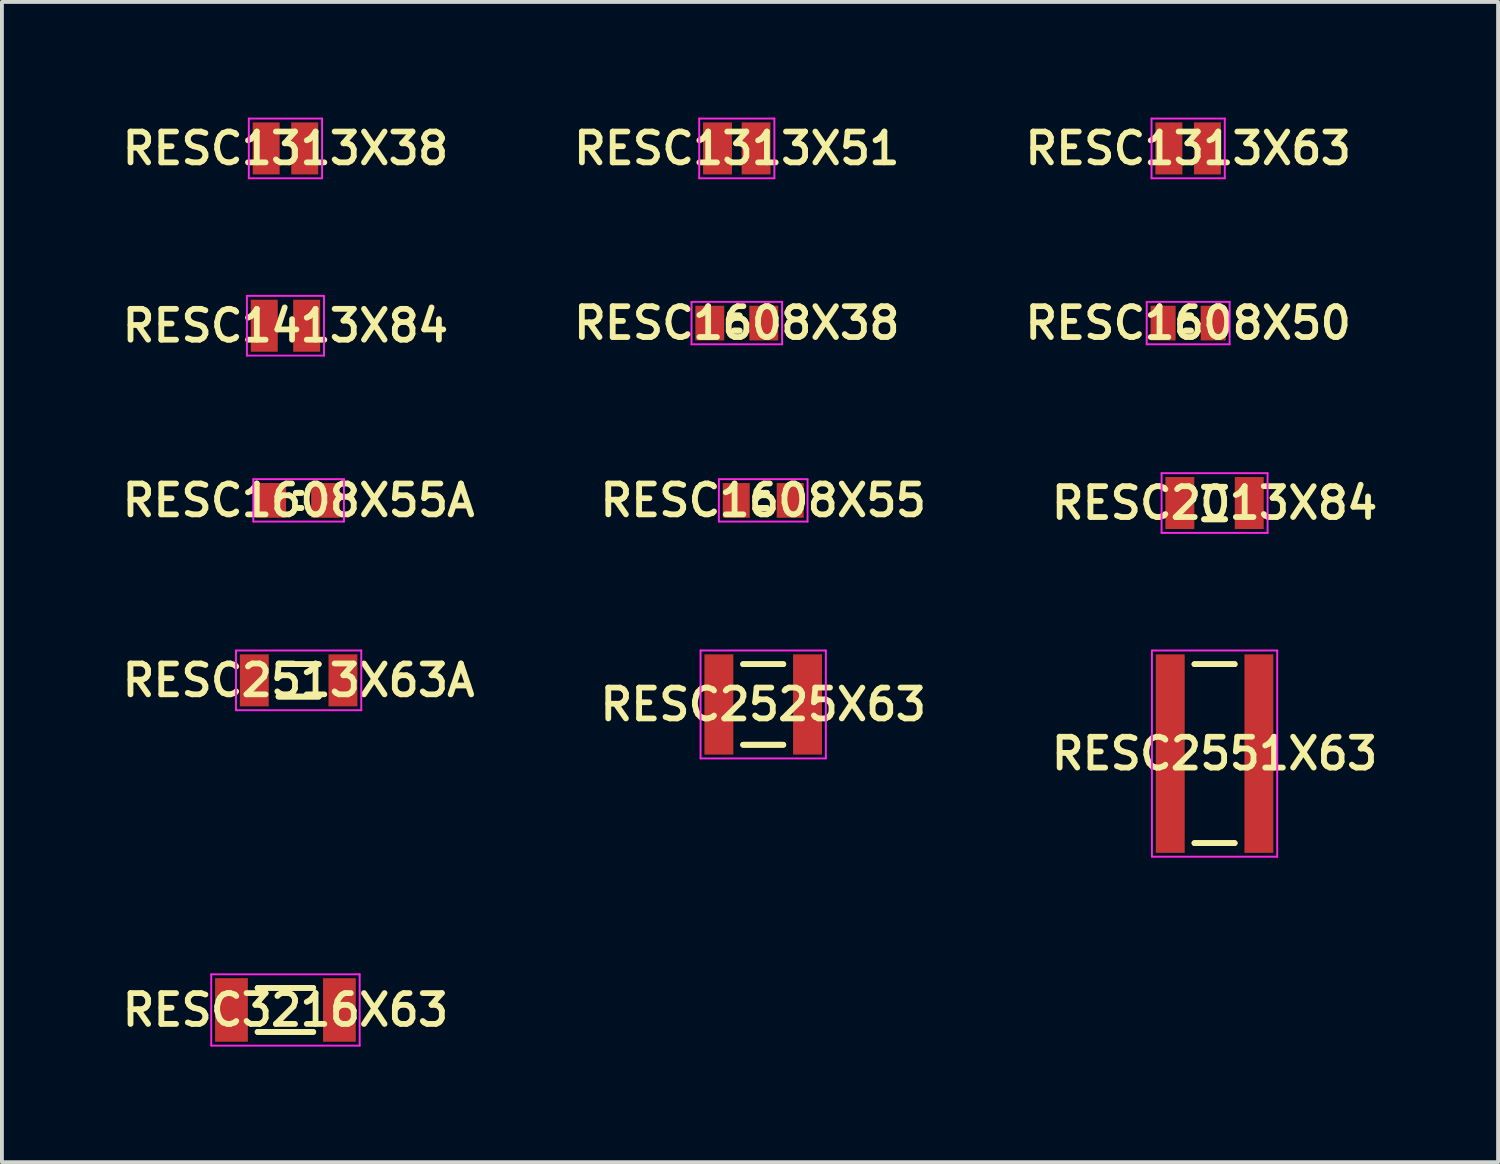
<source format=kicad_pcb>
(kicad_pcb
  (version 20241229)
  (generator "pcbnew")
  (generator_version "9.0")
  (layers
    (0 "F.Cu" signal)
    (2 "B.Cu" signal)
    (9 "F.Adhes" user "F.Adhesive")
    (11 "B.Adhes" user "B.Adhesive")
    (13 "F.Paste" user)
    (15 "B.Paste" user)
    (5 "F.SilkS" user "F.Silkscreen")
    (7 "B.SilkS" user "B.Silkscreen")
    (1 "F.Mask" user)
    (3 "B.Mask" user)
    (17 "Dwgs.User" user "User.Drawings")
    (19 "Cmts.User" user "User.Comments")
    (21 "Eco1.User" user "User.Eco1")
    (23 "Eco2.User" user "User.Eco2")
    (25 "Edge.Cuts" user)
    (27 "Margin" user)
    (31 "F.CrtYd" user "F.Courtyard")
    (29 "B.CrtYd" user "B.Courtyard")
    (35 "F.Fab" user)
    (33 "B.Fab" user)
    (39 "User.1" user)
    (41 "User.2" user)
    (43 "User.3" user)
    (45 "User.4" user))
  (footprint "RESC2013X84"
    (layer "F.Cu")
    (at 28.458 10)
    (property "Reference" "RESC2013X84" (at 0 0 0) (layer "F.SilkS") (effects (font (size 0.8 0.8) (thickness 0.15))))
    (attr smd)
    (fp_line (start -0.271 -0.421) (end 0.271 -0.421) (stroke (width 0.15) (type solid)) (layer "F.SilkS"))
    (fp_line (start -0.271 0.421) (end 0.271 0.421) (stroke (width 0.15) (type solid)) (layer "F.SilkS"))
    (fp_line (start 0.271 -0.421) (end -0.271 -0.421) (stroke (width 0.15) (type solid)) (layer "F.SilkS"))
    (fp_line (start 0.271 0.421) (end -0.271 0.421) (stroke (width 0.15) (type solid)) (layer "F.SilkS"))
    (fp_line (start -1.375 -0.775) (end 1.375 -0.775) (stroke (width 0.05) (type solid)) (layer "F.CrtYd"))
    (fp_line (start -1.375 0.775) (end -1.375 -0.775) (stroke (width 0.05) (type solid)) (layer "F.CrtYd"))
    (fp_line (start 1.375 -0.775) (end 1.375 0.775) (stroke (width 0.05) (type solid)) (layer "F.CrtYd"))
    (fp_line (start 1.375 0.775) (end -1.375 0.775) (stroke (width 0.05) (type solid)) (layer "F.CrtYd"))
    (pad "1" smd rect (at -0.9 0) (size 0.75 1.35) (layers "F.Cu" "F.Mask" "F.Paste"))
    (pad "2" smd rect (at 0.9 0) (size 0.75 1.35) (layers "F.Cu" "F.Mask" "F.Paste")))
  (footprint "RESC2513X63A"
    (layer "F.Cu")
    (at 4.697 14.6)
    (property "Reference" "RESC2513X63A" (at 0 0 0) (layer "F.SilkS") (effects (font (size 0.8 0.8) (thickness 0.15))))
    (attr smd)
    (fp_line (start -0.521 -0.421) (end 0.521 -0.421) (stroke (width 0.15) (type solid)) (layer "F.SilkS"))
    (fp_line (start -0.521 0.421) (end 0.521 0.421) (stroke (width 0.15) (type solid)) (layer "F.SilkS"))
    (fp_line (start 0.521 -0.421) (end -0.521 -0.421) (stroke (width 0.15) (type solid)) (layer "F.SilkS"))
    (fp_line (start 0.521 0.421) (end -0.521 0.421) (stroke (width 0.15) (type solid)) (layer "F.SilkS"))
    (fp_line (start -1.625 -0.775) (end 1.625 -0.775) (stroke (width 0.05) (type solid)) (layer "F.CrtYd"))
    (fp_line (start -1.625 0.775) (end -1.625 -0.775) (stroke (width 0.05) (type solid)) (layer "F.CrtYd"))
    (fp_line (start 1.625 -0.775) (end 1.625 0.775) (stroke (width 0.05) (type solid)) (layer "F.CrtYd"))
    (fp_line (start 1.625 0.775) (end -1.625 0.775) (stroke (width 0.05) (type solid)) (layer "F.CrtYd"))
    (pad "1" smd rect (at -1.15 0) (size 0.75 1.35) (layers "F.Cu" "F.Mask" "F.Paste"))
    (pad "2" smd rect (at 1.15 0) (size 0.75 1.35) (layers "F.Cu" "F.Mask" "F.Paste")))
  (footprint "RESC1608X55"
    (layer "F.Cu")
    (at 16.749 9.931)
    (property "Reference" "RESC1608X55" (at 0 0 0) (layer "F.SilkS") (effects (font (size 0.8 0.8) (thickness 0.15))))
    (attr smd)
    (fp_line (start -0.096 -0.196) (end 0.096 -0.196) (stroke (width 0.15) (type solid)) (layer "F.SilkS"))
    (fp_line (start -0.096 0.196) (end 0.096 0.196) (stroke (width 0.15) (type solid)) (layer "F.SilkS"))
    (fp_line (start 0.096 -0.196) (end -0.096 -0.196) (stroke (width 0.15) (type solid)) (layer "F.SilkS"))
    (fp_line (start 0.096 0.196) (end -0.096 0.196) (stroke (width 0.15) (type solid)) (layer "F.SilkS"))
    (fp_line (start -1.15 -0.55) (end 1.15 -0.55) (stroke (width 0.05) (type solid)) (layer "F.CrtYd"))
    (fp_line (start -1.15 0.55) (end -1.15 -0.55) (stroke (width 0.05) (type solid)) (layer "F.CrtYd"))
    (fp_line (start 1.15 -0.55) (end 1.15 0.55) (stroke (width 0.05) (type solid)) (layer "F.CrtYd"))
    (fp_line (start 1.15 0.55) (end -1.15 0.55) (stroke (width 0.05) (type solid)) (layer "F.CrtYd"))
    (pad "1" smd rect (at -0.7 0) (size 0.7 0.9) (layers "F.Cu" "F.Mask" "F.Paste"))
    (pad "2" smd rect (at 0.7 0) (size 0.7 0.9) (layers "F.Cu" "F.Mask" "F.Paste")))
  (footprint "RESC1608X55A"
    (layer "F.Cu")
    (at 4.697 9.931)
    (property "Reference" "RESC1608X55A" (at 0 0 0) (layer "F.SilkS") (effects (font (size 0.8 0.8) (thickness 0.15))))
    (attr smd)
    (fp_line (start -0.071 -0.196) (end 0.071 -0.196) (stroke (width 0.15) (type solid)) (layer "F.SilkS"))
    (fp_line (start -0.071 0.196) (end 0.071 0.196) (stroke (width 0.15) (type solid)) (layer "F.SilkS"))
    (fp_line (start 0.071 -0.196) (end -0.071 -0.196) (stroke (width 0.15) (type solid)) (layer "F.SilkS"))
    (fp_line (start 0.071 0.196) (end -0.071 0.196) (stroke (width 0.15) (type solid)) (layer "F.SilkS"))
    (fp_line (start -1.175 -0.55) (end 1.175 -0.55) (stroke (width 0.05) (type solid)) (layer "F.CrtYd"))
    (fp_line (start -1.175 0.55) (end -1.175 -0.55) (stroke (width 0.05) (type solid)) (layer "F.CrtYd"))
    (fp_line (start 1.175 -0.55) (end 1.175 0.55) (stroke (width 0.05) (type solid)) (layer "F.CrtYd"))
    (fp_line (start 1.175 0.55) (end -1.175 0.55) (stroke (width 0.05) (type solid)) (layer "F.CrtYd"))
    (pad "1" smd rect (at -0.7 0) (size 0.75 0.9) (layers "F.Cu" "F.Mask" "F.Paste"))
    (pad "2" smd rect (at 0.7 0) (size 0.75 0.9) (layers "F.Cu" "F.Mask" "F.Paste")))
  (footprint "RESC1313X51"
    (layer "F.Cu")
    (at 16.064 0.8)
    (property "Reference" "RESC1313X51" (at 0 0 0) (layer "F.SilkS") (effects (font (size 0.8 0.8) (thickness 0.15))))
    (attr smd)
    (fp_line (start -0.975 -0.775) (end 0.975 -0.775) (stroke (width 0.05) (type solid)) (layer "F.CrtYd"))
    (fp_line (start -0.975 0.775) (end -0.975 -0.775) (stroke (width 0.05) (type solid)) (layer "F.CrtYd"))
    (fp_line (start 0.975 -0.775) (end 0.975 0.775) (stroke (width 0.05) (type solid)) (layer "F.CrtYd"))
    (fp_line (start 0.975 0.775) (end -0.975 0.775) (stroke (width 0.05) (type solid)) (layer "F.CrtYd"))
    (pad "1" smd rect (at -0.5 0) (size 0.75 1.35) (layers "F.Cu" "F.Mask" "F.Paste"))
    (pad "2" smd rect (at 0.5 0) (size 0.75 1.35) (layers "F.Cu" "F.Mask" "F.Paste")))
  (footprint "RESC1608X38"
    (layer "F.Cu")
    (at 16.064 5.331)
    (property "Reference" "RESC1608X38" (at 0 0 0) (layer "F.SilkS") (effects (font (size 0.8 0.8) (thickness 0.15))))
    (attr smd)
    (fp_line (start -0.071 -0.196) (end 0.071 -0.196) (stroke (width 0.15) (type solid)) (layer "F.SilkS"))
    (fp_line (start -0.071 0.196) (end 0.071 0.196) (stroke (width 0.15) (type solid)) (layer "F.SilkS"))
    (fp_line (start 0.071 -0.196) (end -0.071 -0.196) (stroke (width 0.15) (type solid)) (layer "F.SilkS"))
    (fp_line (start 0.071 0.196) (end -0.071 0.196) (stroke (width 0.15) (type solid)) (layer "F.SilkS"))
    (fp_line (start -1.175 -0.55) (end 1.175 -0.55) (stroke (width 0.05) (type solid)) (layer "F.CrtYd"))
    (fp_line (start -1.175 0.55) (end -1.175 -0.55) (stroke (width 0.05) (type solid)) (layer "F.CrtYd"))
    (fp_line (start 1.175 -0.55) (end 1.175 0.55) (stroke (width 0.05) (type solid)) (layer "F.CrtYd"))
    (fp_line (start 1.175 0.55) (end -1.175 0.55) (stroke (width 0.05) (type solid)) (layer "F.CrtYd"))
    (pad "1" smd rect (at -0.7 0) (size 0.75 0.9) (layers "F.Cu" "F.Mask" "F.Paste"))
    (pad "2" smd rect (at 0.7 0) (size 0.75 0.9) (layers "F.Cu" "F.Mask" "F.Paste")))
  (footprint "RESC1413X84"
    (layer "F.Cu")
    (at 4.355 5.4)
    (property "Reference" "RESC1413X84" (at 0 0 0) (layer "F.SilkS") (effects (font (size 0.8 0.8) (thickness 0.15))))
    (attr smd)
    (fp_line (start -1 -0.775) (end 1 -0.775) (stroke (width 0.05) (type solid)) (layer "F.CrtYd"))
    (fp_line (start -1 0.775) (end -1 -0.775) (stroke (width 0.05) (type solid)) (layer "F.CrtYd"))
    (fp_line (start 1 -0.775) (end 1 0.775) (stroke (width 0.05) (type solid)) (layer "F.CrtYd"))
    (fp_line (start 1 0.775) (end -1 0.775) (stroke (width 0.05) (type solid)) (layer "F.CrtYd"))
    (pad "1" smd rect (at -0.55 0) (size 0.7 1.35) (layers "F.Cu" "F.Mask" "F.Paste"))
    (pad "2" smd rect (at 0.55 0) (size 0.7 1.35) (layers "F.Cu" "F.Mask" "F.Paste")))
  (footprint "RESC3216X63"
    (layer "F.Cu")
    (at 4.355 23.15)
    (property "Reference" "RESC3216X63" (at 0 0 0) (layer "F.SilkS") (effects (font (size 0.8 0.8) (thickness 0.15))))
    (attr smd)
    (fp_line (start -0.721 -0.571) (end 0.721 -0.571) (stroke (width 0.15) (type solid)) (layer "F.SilkS"))
    (fp_line (start -0.721 0.571) (end 0.721 0.571) (stroke (width 0.15) (type solid)) (layer "F.SilkS"))
    (fp_line (start 0.721 -0.571) (end -0.721 -0.571) (stroke (width 0.15) (type solid)) (layer "F.SilkS"))
    (fp_line (start 0.721 0.571) (end -0.721 0.571) (stroke (width 0.15) (type solid)) (layer "F.SilkS"))
    (fp_line (start -1.925 -0.925) (end 1.925 -0.925) (stroke (width 0.05) (type solid)) (layer "F.CrtYd"))
    (fp_line (start -1.925 0.925) (end -1.925 -0.925) (stroke (width 0.05) (type solid)) (layer "F.CrtYd"))
    (fp_line (start 1.925 -0.925) (end 1.925 0.925) (stroke (width 0.05) (type solid)) (layer "F.CrtYd"))
    (fp_line (start 1.925 0.925) (end -1.925 0.925) (stroke (width 0.05) (type solid)) (layer "F.CrtYd"))
    (pad "1" smd rect (at -1.4 0) (size 0.85 1.65) (layers "F.Cu" "F.Mask" "F.Paste"))
    (pad "2" smd rect (at 1.4 0) (size 0.85 1.65) (layers "F.Cu" "F.Mask" "F.Paste")))
  (footprint "RESC2525X63"
    (layer "F.Cu")
    (at 16.749 15.225)
    (property "Reference" "RESC2525X63" (at 0 0 0) (layer "F.SilkS") (effects (font (size 0.8 0.8) (thickness 0.15))))
    (attr smd)
    (fp_line (start -0.521 -1.046) (end 0.521 -1.046) (stroke (width 0.15) (type solid)) (layer "F.SilkS"))
    (fp_line (start -0.521 1.046) (end 0.521 1.046) (stroke (width 0.15) (type solid)) (layer "F.SilkS"))
    (fp_line (start 0.521 -1.046) (end -0.521 -1.046) (stroke (width 0.15) (type solid)) (layer "F.SilkS"))
    (fp_line (start 0.521 1.046) (end -0.521 1.046) (stroke (width 0.15) (type solid)) (layer "F.SilkS"))
    (fp_line (start -1.625 -1.4) (end 1.625 -1.4) (stroke (width 0.05) (type solid)) (layer "F.CrtYd"))
    (fp_line (start -1.625 1.4) (end -1.625 -1.4) (stroke (width 0.05) (type solid)) (layer "F.CrtYd"))
    (fp_line (start 1.625 -1.4) (end 1.625 1.4) (stroke (width 0.05) (type solid)) (layer "F.CrtYd"))
    (fp_line (start 1.625 1.4) (end -1.625 1.4) (stroke (width 0.05) (type solid)) (layer "F.CrtYd"))
    (pad "1" smd rect (at -1.15 0) (size 0.75 2.6) (layers "F.Cu" "F.Mask" "F.Paste"))
    (pad "2" smd rect (at 1.15 0) (size 0.75 2.6) (layers "F.Cu" "F.Mask" "F.Paste")))
  (footprint "RESC1313X38"
    (layer "F.Cu")
    (at 4.355 0.8)
    (property "Reference" "RESC1313X38" (at 0 0 0) (layer "F.SilkS") (effects (font (size 0.8 0.8) (thickness 0.15))))
    (attr smd)
    (fp_line (start -0.95 -0.775) (end 0.95 -0.775) (stroke (width 0.05) (type solid)) (layer "F.CrtYd"))
    (fp_line (start -0.95 0.775) (end -0.95 -0.775) (stroke (width 0.05) (type solid)) (layer "F.CrtYd"))
    (fp_line (start 0.95 -0.775) (end 0.95 0.775) (stroke (width 0.05) (type solid)) (layer "F.CrtYd"))
    (fp_line (start 0.95 0.775) (end -0.95 0.775) (stroke (width 0.05) (type solid)) (layer "F.CrtYd"))
    (pad "1" smd rect (at -0.5 0) (size 0.7 1.35) (layers "F.Cu" "F.Mask" "F.Paste"))
    (pad "2" smd rect (at 0.5 0) (size 0.7 1.35) (layers "F.Cu" "F.Mask" "F.Paste")))
  (footprint "RESC2551X63"
    (layer "F.Cu")
    (at 28.458 16.5)
    (property "Reference" "RESC2551X63" (at 0 0 0) (layer "F.SilkS") (effects (font (size 0.8 0.8) (thickness 0.15))))
    (attr smd)
    (fp_line (start -0.521 -2.321) (end 0.521 -2.321) (stroke (width 0.15) (type solid)) (layer "F.SilkS"))
    (fp_line (start -0.521 2.321) (end 0.521 2.321) (stroke (width 0.15) (type solid)) (layer "F.SilkS"))
    (fp_line (start 0.521 -2.321) (end -0.521 -2.321) (stroke (width 0.15) (type solid)) (layer "F.SilkS"))
    (fp_line (start 0.521 2.321) (end -0.521 2.321) (stroke (width 0.15) (type solid)) (layer "F.SilkS"))
    (fp_line (start -1.625 -2.675) (end 1.625 -2.675) (stroke (width 0.05) (type solid)) (layer "F.CrtYd"))
    (fp_line (start -1.625 2.675) (end -1.625 -2.675) (stroke (width 0.05) (type solid)) (layer "F.CrtYd"))
    (fp_line (start 1.625 -2.675) (end 1.625 2.675) (stroke (width 0.05) (type solid)) (layer "F.CrtYd"))
    (fp_line (start 1.625 2.675) (end -1.625 2.675) (stroke (width 0.05) (type solid)) (layer "F.CrtYd"))
    (pad "1" smd rect (at -1.15 0) (size 0.75 5.15) (layers "F.Cu" "F.Mask" "F.Paste"))
    (pad "2" smd rect (at 1.15 0) (size 0.75 5.15) (layers "F.Cu" "F.Mask" "F.Paste")))
  (footprint "RESC1608X50"
    (layer "F.Cu")
    (at 27.773 5.331)
    (property "Reference" "RESC1608X50" (at 0 0 0) (layer "F.SilkS") (effects (font (size 0.8 0.8) (thickness 0.15))))
    (attr smd)
    (fp_line (start -0.071 -0.196) (end 0.071 -0.196) (stroke (width 0.15) (type solid)) (layer "F.SilkS"))
    (fp_line (start -0.071 0.196) (end 0.071 0.196) (stroke (width 0.15) (type solid)) (layer "F.SilkS"))
    (fp_line (start 0.071 -0.196) (end -0.071 -0.196) (stroke (width 0.15) (type solid)) (layer "F.SilkS"))
    (fp_line (start 0.071 0.196) (end -0.071 0.196) (stroke (width 0.15) (type solid)) (layer "F.SilkS"))
    (fp_line (start -1.075 -0.55) (end 1.075 -0.55) (stroke (width 0.05) (type solid)) (layer "F.CrtYd"))
    (fp_line (start -1.075 0.55) (end -1.075 -0.55) (stroke (width 0.05) (type solid)) (layer "F.CrtYd"))
    (fp_line (start 1.075 -0.55) (end 1.075 0.55) (stroke (width 0.05) (type solid)) (layer "F.CrtYd"))
    (fp_line (start 1.075 0.55) (end -1.075 0.55) (stroke (width 0.05) (type solid)) (layer "F.CrtYd"))
    (pad "1" smd rect (at -0.65 0) (size 0.65 0.9) (layers "F.Cu" "F.Mask" "F.Paste"))
    (pad "2" smd rect (at 0.65 0) (size 0.65 0.9) (layers "F.Cu" "F.Mask" "F.Paste")))
  (footprint "RESC1313X63"
    (layer "F.Cu")
    (at 27.773 0.8)
    (property "Reference" "RESC1313X63" (at 0 0 0) (layer "F.SilkS") (effects (font (size 0.8 0.8) (thickness 0.15))))
    (attr smd)
    (fp_line (start -0.95 -0.775) (end 0.95 -0.775) (stroke (width 0.05) (type solid)) (layer "F.CrtYd"))
    (fp_line (start -0.95 0.775) (end -0.95 -0.775) (stroke (width 0.05) (type solid)) (layer "F.CrtYd"))
    (fp_line (start 0.95 -0.775) (end 0.95 0.775) (stroke (width 0.05) (type solid)) (layer "F.CrtYd"))
    (fp_line (start 0.95 0.775) (end -0.95 0.775) (stroke (width 0.05) (type solid)) (layer "F.CrtYd"))
    (pad "1" smd rect (at -0.5 0) (size 0.7 1.35) (layers "F.Cu" "F.Mask" "F.Paste"))
    (pad "2" smd rect (at 0.5 0) (size 0.7 1.35) (layers "F.Cu" "F.Mask" "F.Paste")))
  (gr_rect
    (start -3 -3)
    (end 35.813 27.1)
    (stroke (width 0.1) (type default))
    (fill no)
    (layer "Edge.Cuts")))
</source>
